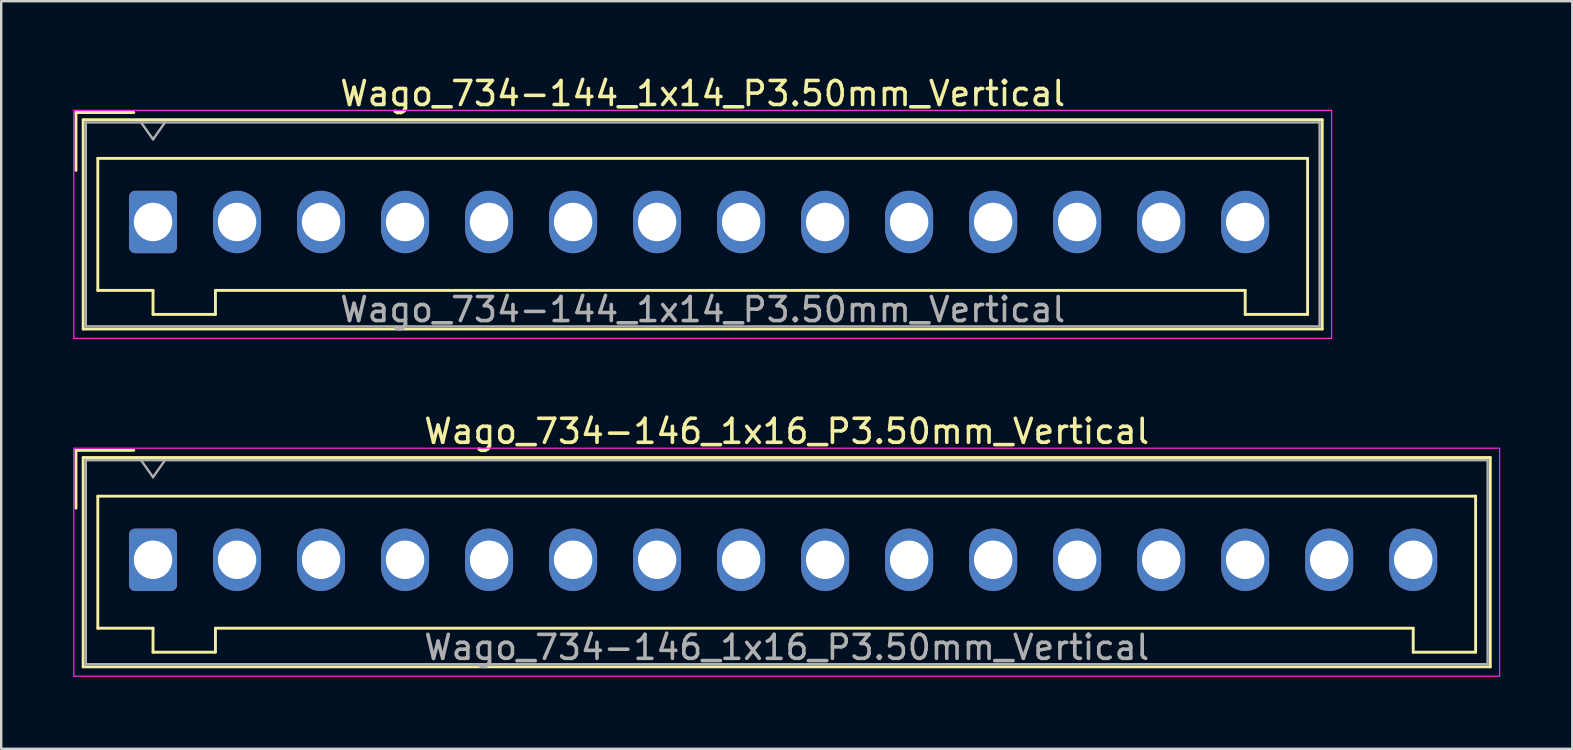
<source format=kicad_pcb>
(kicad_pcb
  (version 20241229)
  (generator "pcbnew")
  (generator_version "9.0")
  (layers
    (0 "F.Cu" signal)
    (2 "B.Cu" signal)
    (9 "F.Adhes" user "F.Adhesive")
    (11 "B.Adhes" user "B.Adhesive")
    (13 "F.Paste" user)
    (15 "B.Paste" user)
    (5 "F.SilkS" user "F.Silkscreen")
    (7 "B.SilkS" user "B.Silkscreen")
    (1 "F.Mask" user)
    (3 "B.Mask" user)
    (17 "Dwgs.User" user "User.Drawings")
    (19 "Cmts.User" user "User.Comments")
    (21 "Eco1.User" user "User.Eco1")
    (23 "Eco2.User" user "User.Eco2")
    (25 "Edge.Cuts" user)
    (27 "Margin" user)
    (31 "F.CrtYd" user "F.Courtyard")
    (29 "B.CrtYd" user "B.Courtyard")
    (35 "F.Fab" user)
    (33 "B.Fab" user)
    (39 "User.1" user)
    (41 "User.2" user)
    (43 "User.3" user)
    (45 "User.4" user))
  (footprint "Wago_734-144_1x14_P3.50mm_Vertical"
    (layer "F.Cu")
    (at 3.325 6.198)
    (property "Reference" "Wago_734-144_1x14_P3.50mm_Vertical" (at 22.9 -5.35 0) (layer "F.SilkS") (effects (font (size 1 1) (thickness 0.15))))
    (attr through_hole)
    (fp_line (start -3.21 -4.56) (end -0.8 -4.56) (stroke (width 0.12) (type solid)) (layer "F.SilkS"))
    (fp_line (start -3.21 -2.15) (end -3.21 -4.56) (stroke (width 0.12) (type solid)) (layer "F.SilkS"))
    (fp_line (start -2.91 -4.26) (end -2.91 4.46) (stroke (width 0.12) (type solid)) (layer "F.SilkS"))
    (fp_line (start -2.91 4.46) (end 48.71 4.46) (stroke (width 0.12) (type solid)) (layer "F.SilkS"))
    (fp_line (start -2.3 -2.65) (end -2.3 2.85) (stroke (width 0.12) (type solid)) (layer "F.SilkS"))
    (fp_line (start -2.3 2.85) (end 0 2.85) (stroke (width 0.12) (type solid)) (layer "F.SilkS"))
    (fp_line (start 0 2.85) (end 0 3.85) (stroke (width 0.12) (type solid)) (layer "F.SilkS"))
    (fp_line (start 0 3.85) (end 2.6 3.85) (stroke (width 0.12) (type solid)) (layer "F.SilkS"))
    (fp_line (start 2.6 2.85) (end 45.5 2.85) (stroke (width 0.12) (type solid)) (layer "F.SilkS"))
    (fp_line (start 2.6 3.85) (end 2.6 2.85) (stroke (width 0.12) (type solid)) (layer "F.SilkS"))
    (fp_line (start 45.5 2.85) (end 45.5 3.85) (stroke (width 0.12) (type solid)) (layer "F.SilkS"))
    (fp_line (start 45.5 3.85) (end 48.1 3.85) (stroke (width 0.12) (type solid)) (layer "F.SilkS"))
    (fp_line (start 48.1 -2.65) (end -2.3 -2.65) (stroke (width 0.12) (type solid)) (layer "F.SilkS"))
    (fp_line (start 48.1 3.85) (end 48.1 -2.65) (stroke (width 0.12) (type solid)) (layer "F.SilkS"))
    (fp_line (start 48.71 -4.26) (end -2.91 -4.26) (stroke (width 0.12) (type solid)) (layer "F.SilkS"))
    (fp_line (start 48.71 4.46) (end 48.71 -4.26) (stroke (width 0.12) (type solid)) (layer "F.SilkS"))
    (fp_line (start -3.3 -4.65) (end -3.3 4.85) (stroke (width 0.05) (type solid)) (layer "F.CrtYd"))
    (fp_line (start -3.3 4.85) (end 49.1 4.85) (stroke (width 0.05) (type solid)) (layer "F.CrtYd"))
    (fp_line (start 49.1 -4.65) (end -3.3 -4.65) (stroke (width 0.05) (type solid)) (layer "F.CrtYd"))
    (fp_line (start 49.1 4.85) (end 49.1 -4.65) (stroke (width 0.05) (type solid)) (layer "F.CrtYd"))
    (fp_line (start -2.8 -4.15) (end -2.8 4.35) (stroke (width 0.1) (type solid)) (layer "F.Fab"))
    (fp_line (start -2.8 4.35) (end 48.6 4.35) (stroke (width 0.1) (type solid)) (layer "F.Fab"))
    (fp_line (start -0.5 -4.15) (end 0 -3.443) (stroke (width 0.1) (type solid)) (layer "F.Fab"))
    (fp_line (start 0 -3.443) (end 0.5 -4.15) (stroke (width 0.1) (type solid)) (layer "F.Fab"))
    (fp_line (start 48.6 -4.15) (end -2.8 -4.15) (stroke (width 0.1) (type solid)) (layer "F.Fab"))
    (fp_line (start 48.6 4.35) (end 48.6 -4.15) (stroke (width 0.1) (type solid)) (layer "F.Fab"))
    (fp_text user "${REFERENCE}" (at 22.9 3.65 0) (layer "F.Fab") (effects (font (size 1 1) (thickness 0.15))))
    (pad "1" thru_hole roundrect (at 0 0) (size 2 2.6) (drill 1.6) (layers "*.Cu" "*.Mask") (roundrect_rratio 0.125))
    (pad "2" thru_hole oval (at 3.5 0) (size 2 2.6) (drill 1.6) (layers "*.Cu" "*.Mask"))
    (pad "3" thru_hole oval (at 7 0) (size 2 2.6) (drill 1.6) (layers "*.Cu" "*.Mask"))
    (pad "4" thru_hole oval (at 10.5 0) (size 2 2.6) (drill 1.6) (layers "*.Cu" "*.Mask"))
    (pad "5" thru_hole oval (at 14 0) (size 2 2.6) (drill 1.6) (layers "*.Cu" "*.Mask"))
    (pad "6" thru_hole oval (at 17.5 0) (size 2 2.6) (drill 1.6) (layers "*.Cu" "*.Mask"))
    (pad "7" thru_hole oval (at 21 0) (size 2 2.6) (drill 1.6) (layers "*.Cu" "*.Mask"))
    (pad "8" thru_hole oval (at 24.5 0) (size 2 2.6) (drill 1.6) (layers "*.Cu" "*.Mask"))
    (pad "9" thru_hole oval (at 28 0) (size 2 2.6) (drill 1.6) (layers "*.Cu" "*.Mask"))
    (pad "10" thru_hole oval (at 31.5 0) (size 2 2.6) (drill 1.6) (layers "*.Cu" "*.Mask"))
    (pad "11" thru_hole oval (at 35 0) (size 2 2.6) (drill 1.6) (layers "*.Cu" "*.Mask"))
    (pad "12" thru_hole oval (at 38.5 0) (size 2 2.6) (drill 1.6) (layers "*.Cu" "*.Mask"))
    (pad "13" thru_hole oval (at 42 0) (size 2 2.6) (drill 1.6) (layers "*.Cu" "*.Mask"))
    (pad "14" thru_hole oval (at 45.5 0) (size 2 2.6) (drill 1.6) (layers "*.Cu" "*.Mask")))
  (footprint "Wago_734-146_1x16_P3.50mm_Vertical"
    (layer "F.Cu")
    (at 3.325 20.271)
    (property "Reference" "Wago_734-146_1x16_P3.50mm_Vertical" (at 26.4 -5.35 0) (layer "F.SilkS") (effects (font (size 1 1) (thickness 0.15))))
    (attr through_hole)
    (fp_line (start -3.21 -4.56) (end -0.8 -4.56) (stroke (width 0.12) (type solid)) (layer "F.SilkS"))
    (fp_line (start -3.21 -2.15) (end -3.21 -4.56) (stroke (width 0.12) (type solid)) (layer "F.SilkS"))
    (fp_line (start -2.91 -4.26) (end -2.91 4.46) (stroke (width 0.12) (type solid)) (layer "F.SilkS"))
    (fp_line (start -2.91 4.46) (end 55.71 4.46) (stroke (width 0.12) (type solid)) (layer "F.SilkS"))
    (fp_line (start -2.3 -2.65) (end -2.3 2.85) (stroke (width 0.12) (type solid)) (layer "F.SilkS"))
    (fp_line (start -2.3 2.85) (end 0 2.85) (stroke (width 0.12) (type solid)) (layer "F.SilkS"))
    (fp_line (start 0 2.85) (end 0 3.85) (stroke (width 0.12) (type solid)) (layer "F.SilkS"))
    (fp_line (start 0 3.85) (end 2.6 3.85) (stroke (width 0.12) (type solid)) (layer "F.SilkS"))
    (fp_line (start 2.6 2.85) (end 52.5 2.85) (stroke (width 0.12) (type solid)) (layer "F.SilkS"))
    (fp_line (start 2.6 3.85) (end 2.6 2.85) (stroke (width 0.12) (type solid)) (layer "F.SilkS"))
    (fp_line (start 52.5 2.85) (end 52.5 3.85) (stroke (width 0.12) (type solid)) (layer "F.SilkS"))
    (fp_line (start 52.5 3.85) (end 55.1 3.85) (stroke (width 0.12) (type solid)) (layer "F.SilkS"))
    (fp_line (start 55.1 -2.65) (end -2.3 -2.65) (stroke (width 0.12) (type solid)) (layer "F.SilkS"))
    (fp_line (start 55.1 3.85) (end 55.1 -2.65) (stroke (width 0.12) (type solid)) (layer "F.SilkS"))
    (fp_line (start 55.71 -4.26) (end -2.91 -4.26) (stroke (width 0.12) (type solid)) (layer "F.SilkS"))
    (fp_line (start 55.71 4.46) (end 55.71 -4.26) (stroke (width 0.12) (type solid)) (layer "F.SilkS"))
    (fp_line (start -3.3 -4.65) (end -3.3 4.85) (stroke (width 0.05) (type solid)) (layer "F.CrtYd"))
    (fp_line (start -3.3 4.85) (end 56.1 4.85) (stroke (width 0.05) (type solid)) (layer "F.CrtYd"))
    (fp_line (start 56.1 -4.65) (end -3.3 -4.65) (stroke (width 0.05) (type solid)) (layer "F.CrtYd"))
    (fp_line (start 56.1 4.85) (end 56.1 -4.65) (stroke (width 0.05) (type solid)) (layer "F.CrtYd"))
    (fp_line (start -2.8 -4.15) (end -2.8 4.35) (stroke (width 0.1) (type solid)) (layer "F.Fab"))
    (fp_line (start -2.8 4.35) (end 55.6 4.35) (stroke (width 0.1) (type solid)) (layer "F.Fab"))
    (fp_line (start -0.5 -4.15) (end 0 -3.443) (stroke (width 0.1) (type solid)) (layer "F.Fab"))
    (fp_line (start 0 -3.443) (end 0.5 -4.15) (stroke (width 0.1) (type solid)) (layer "F.Fab"))
    (fp_line (start 55.6 -4.15) (end -2.8 -4.15) (stroke (width 0.1) (type solid)) (layer "F.Fab"))
    (fp_line (start 55.6 4.35) (end 55.6 -4.15) (stroke (width 0.1) (type solid)) (layer "F.Fab"))
    (fp_text user "${REFERENCE}" (at 26.4 3.65 0) (layer "F.Fab") (effects (font (size 1 1) (thickness 0.15))))
    (pad "1" thru_hole roundrect (at 0 0) (size 2 2.6) (drill 1.6) (layers "*.Cu" "*.Mask") (roundrect_rratio 0.125))
    (pad "2" thru_hole oval (at 3.5 0) (size 2 2.6) (drill 1.6) (layers "*.Cu" "*.Mask"))
    (pad "3" thru_hole oval (at 7 0) (size 2 2.6) (drill 1.6) (layers "*.Cu" "*.Mask"))
    (pad "4" thru_hole oval (at 10.5 0) (size 2 2.6) (drill 1.6) (layers "*.Cu" "*.Mask"))
    (pad "5" thru_hole oval (at 14 0) (size 2 2.6) (drill 1.6) (layers "*.Cu" "*.Mask"))
    (pad "6" thru_hole oval (at 17.5 0) (size 2 2.6) (drill 1.6) (layers "*.Cu" "*.Mask"))
    (pad "7" thru_hole oval (at 21 0) (size 2 2.6) (drill 1.6) (layers "*.Cu" "*.Mask"))
    (pad "8" thru_hole oval (at 24.5 0) (size 2 2.6) (drill 1.6) (layers "*.Cu" "*.Mask"))
    (pad "9" thru_hole oval (at 28 0) (size 2 2.6) (drill 1.6) (layers "*.Cu" "*.Mask"))
    (pad "10" thru_hole oval (at 31.5 0) (size 2 2.6) (drill 1.6) (layers "*.Cu" "*.Mask"))
    (pad "11" thru_hole oval (at 35 0) (size 2 2.6) (drill 1.6) (layers "*.Cu" "*.Mask"))
    (pad "12" thru_hole oval (at 38.5 0) (size 2 2.6) (drill 1.6) (layers "*.Cu" "*.Mask"))
    (pad "13" thru_hole oval (at 42 0) (size 2 2.6) (drill 1.6) (layers "*.Cu" "*.Mask"))
    (pad "14" thru_hole oval (at 45.5 0) (size 2 2.6) (drill 1.6) (layers "*.Cu" "*.Mask"))
    (pad "15" thru_hole oval (at 49 0) (size 2 2.6) (drill 1.6) (layers "*.Cu" "*.Mask"))
    (pad "16" thru_hole oval (at 52.5 0) (size 2 2.6) (drill 1.6) (layers "*.Cu" "*.Mask")))
  (gr_rect
    (start -3 -3)
    (end 62.45 28.146)
    (stroke (width 0.1) (type default))
    (fill no)
    (layer "Edge.Cuts")))
</source>
